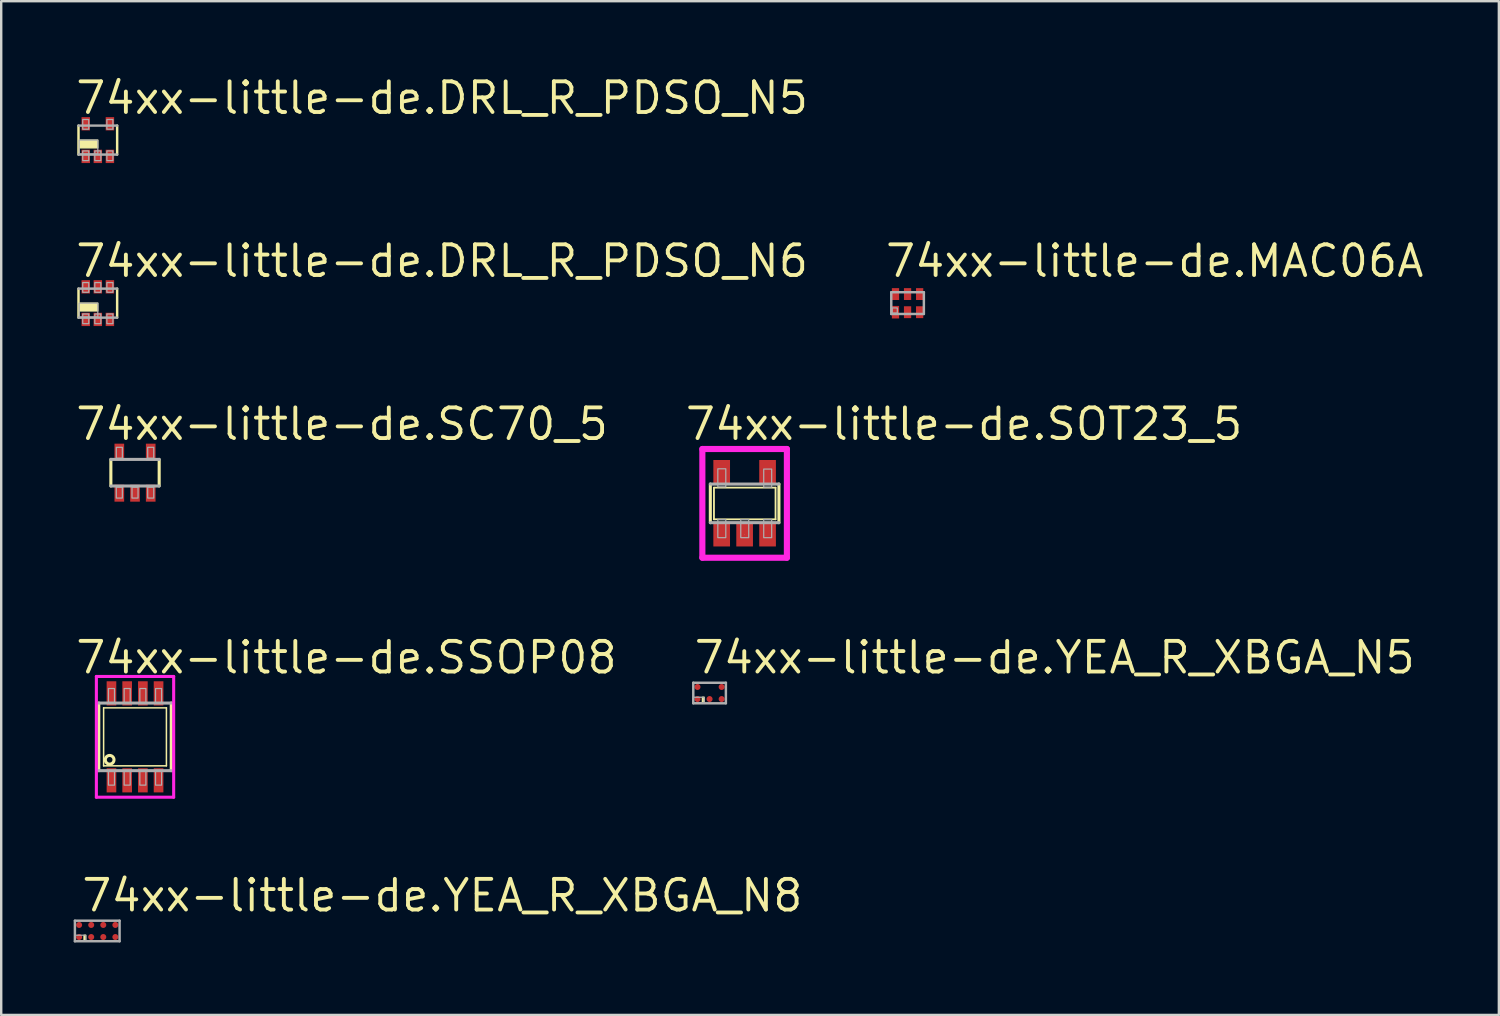
<source format=kicad_pcb>
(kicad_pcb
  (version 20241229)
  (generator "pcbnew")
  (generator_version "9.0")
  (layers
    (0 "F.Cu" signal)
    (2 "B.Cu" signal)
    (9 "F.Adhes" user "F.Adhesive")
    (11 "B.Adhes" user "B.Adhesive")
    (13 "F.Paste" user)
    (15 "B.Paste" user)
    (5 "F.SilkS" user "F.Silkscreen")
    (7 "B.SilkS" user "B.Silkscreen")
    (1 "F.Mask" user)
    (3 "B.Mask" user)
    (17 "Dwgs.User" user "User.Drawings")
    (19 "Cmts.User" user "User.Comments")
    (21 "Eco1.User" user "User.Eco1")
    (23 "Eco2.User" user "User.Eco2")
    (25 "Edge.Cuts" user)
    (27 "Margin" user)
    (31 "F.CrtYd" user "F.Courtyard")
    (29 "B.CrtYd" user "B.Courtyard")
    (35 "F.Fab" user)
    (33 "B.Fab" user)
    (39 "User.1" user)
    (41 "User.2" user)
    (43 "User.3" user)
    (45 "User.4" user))
  (footprint "74xx-little-de.YEA_R_XBGA_N5"
    (layer "F.Cu")
    (at 26.328 25.642)
    (property "Reference" "74xx-little-de.YEA_R_XBGA_N5" (at -0.725 -0.725 0) (layer "F.SilkS") (effects (font (size 1.27 1.27) (thickness 0.16)) (justify left bottom)))
    (attr smd)
    (fp_circle (center -0.5 -0.25) (end -0.325 -0.25) (stroke (width 0.1) (type default)) (fill no) (layer "F.Mask"))
    (fp_circle (center -0.5 0.25) (end -0.325 0.25) (stroke (width 0.1) (type default)) (fill no) (layer "F.Mask"))
    (fp_circle (center 0 0.25) (end 0.175 0.25) (stroke (width 0.1) (type default)) (fill no) (layer "F.Mask"))
    (fp_circle (center 0.5 -0.25) (end 0.675 -0.25) (stroke (width 0.1) (type default)) (fill no) (layer "F.Mask"))
    (fp_circle (center 0.5 0.25) (end 0.675 0.25) (stroke (width 0.1) (type default)) (fill no) (layer "F.Mask"))
    (fp_rect (start -0.3 0.375) (end -0.225 0.175) (stroke (width 0.05) (type default)) (fill yes) (layer "F.SilkS"))
    (fp_line (start -0.675 -0.425) (end 0.675 -0.425) (stroke (width 0.102) (type default)) (layer "F.Fab"))
    (fp_line (start -0.675 0.425) (end -0.675 -0.425) (stroke (width 0.102) (type default)) (layer "F.Fab"))
    (fp_line (start 0.675 -0.425) (end 0.675 0.425) (stroke (width 0.102) (type default)) (layer "F.Fab"))
    (fp_line (start 0.675 0.425) (end -0.675 0.425) (stroke (width 0.102) (type default)) (layer "F.Fab"))
    (fp_rect (start -0.675 0.4) (end -0.225 0.175) (stroke (width 0.05) (type default)) (fill no) (layer "F.Fab"))
    (pad "A1" smd roundrect (at -0.5 0.25) (size 0.25 0.25) (layers "F.Cu" "F.Mask" "F.Paste") (roundrect_rratio 0.5))
    (pad "A2" smd roundrect (at -0.5 -0.25) (size 0.25 0.25) (layers "F.Cu" "F.Mask" "F.Paste") (roundrect_rratio 0.5))
    (pad "B1" smd roundrect (at 0 0.25) (size 0.25 0.25) (layers "F.Cu" "F.Mask" "F.Paste") (roundrect_rratio 0.5))
    (pad "C1" smd roundrect (at 0.5 0.25) (size 0.25 0.25) (layers "F.Cu" "F.Mask" "F.Paste") (roundrect_rratio 0.5))
    (pad "C2" smd roundrect (at 0.5 -0.25) (size 0.25 0.25) (layers "F.Cu" "F.Mask" "F.Paste") (roundrect_rratio 0.5)))
  (footprint "74xx-little-de.MAC06A"
    (layer "F.Cu")
    (at 34.525 9.5)
    (property "Reference" "74xx-little-de.MAC06A" (at -1 -1 0) (layer "F.SilkS") (effects (font (size 1.27 1.27) (thickness 0.16)) (justify left bottom)))
    (attr smd)
    (fp_rect (start -0.675 -0.087) (end -0.325 -0.662) (stroke (width 0.05) (type default)) (fill yes) (layer "F.Mask"))
    (fp_rect (start -0.675 0.662) (end -0.325 0.087) (stroke (width 0.05) (type default)) (fill yes) (layer "F.Mask"))
    (fp_rect (start -0.175 -0.087) (end 0.175 -0.662) (stroke (width 0.05) (type default)) (fill yes) (layer "F.Mask"))
    (fp_rect (start -0.175 0.662) (end 0.175 0.087) (stroke (width 0.05) (type default)) (fill yes) (layer "F.Mask"))
    (fp_rect (start 0.325 -0.087) (end 0.675 -0.662) (stroke (width 0.05) (type default)) (fill yes) (layer "F.Mask"))
    (fp_rect (start 0.325 0.662) (end 0.675 0.087) (stroke (width 0.05) (type default)) (fill yes) (layer "F.Mask"))
    (fp_line (start -0.675 -0.45) (end 0.675 -0.45) (stroke (width 0.102) (type default)) (layer "F.Fab"))
    (fp_line (start -0.675 0.45) (end -0.675 -0.45) (stroke (width 0.102) (type default)) (layer "F.Fab"))
    (fp_line (start 0.675 -0.45) (end 0.675 0.45) (stroke (width 0.102) (type default)) (layer "F.Fab"))
    (fp_line (start 0.675 0.45) (end -0.675 0.45) (stroke (width 0.102) (type default)) (layer "F.Fab"))
    (fp_rect (start -0.637 0.412) (end -0.425 0.2) (stroke (width 0.05) (type default)) (fill no) (layer "F.Fab"))
    (pad "1" smd roundrect (at -0.5 0.375) (size 0.3 0.52) (layers "F.Cu" "F.Mask" "F.Paste") (roundrect_rratio 0.01))
    (pad "2" smd roundrect (at 0 0.375) (size 0.3 0.49) (layers "F.Cu" "F.Mask" "F.Paste") (roundrect_rratio 0.01))
    (pad "3" smd roundrect (at 0.5 0.375) (size 0.3 0.49) (layers "F.Cu" "F.Mask" "F.Paste") (roundrect_rratio 0.01))
    (pad "4" smd roundrect (at 0.5 -0.375 180) (size 0.3 0.49) (layers "F.Cu" "F.Mask" "F.Paste") (roundrect_rratio 0.01))
    (pad "5" smd roundrect (at 0 -0.375 180) (size 0.3 0.49) (layers "F.Cu" "F.Mask" "F.Paste") (roundrect_rratio 0.01))
    (pad "6" smd roundrect (at -0.5 -0.375 180) (size 0.3 0.49) (layers "F.Cu" "F.Mask" "F.Paste") (roundrect_rratio 0.01)))
  (footprint "74xx-little-de.DRL_R_PDSO_N6"
    (layer "F.Cu")
    (at 1 9.5)
    (property "Reference" "74xx-little-de.DRL_R_PDSO_N6" (at -1 -1 0) (layer "F.SilkS") (effects (font (size 1.27 1.27) (thickness 0.16)) (justify left bottom)))
    (attr smd)
    (fp_rect (start -0.7 -0.375) (end -0.3 -0.975) (stroke (width 0.05) (type default)) (fill yes) (layer "F.Mask"))
    (fp_rect (start -0.7 0.975) (end -0.3 0.375) (stroke (width 0.05) (type default)) (fill yes) (layer "F.Mask"))
    (fp_rect (start -0.2 -0.375) (end 0.2 -0.975) (stroke (width 0.05) (type default)) (fill yes) (layer "F.Mask"))
    (fp_rect (start -0.2 0.975) (end 0.2 0.375) (stroke (width 0.05) (type default)) (fill yes) (layer "F.Mask"))
    (fp_rect (start 0.3 -0.375) (end 0.7 -0.975) (stroke (width 0.05) (type default)) (fill yes) (layer "F.Mask"))
    (fp_rect (start 0.3 0.975) (end 0.7 0.375) (stroke (width 0.05) (type default)) (fill yes) (layer "F.Mask"))
    (fp_line (start -0.8 0.6) (end -0.8 -0.6) (stroke (width 0.102) (type default)) (layer "F.SilkS"))
    (fp_line (start 0.8 -0.6) (end 0.8 0.6) (stroke (width 0.102) (type default)) (layer "F.SilkS"))
    (fp_rect (start -0.75 0.325) (end 0 0) (stroke (width 0.05) (type default)) (fill yes) (layer "F.SilkS"))
    (fp_line (start -0.8 -0.6) (end 0.8 -0.6) (stroke (width 0.102) (type default)) (layer "F.Fab"))
    (fp_line (start 0.8 0.6) (end -0.8 0.6) (stroke (width 0.102) (type default)) (layer "F.Fab"))
    (fp_rect (start -0.775 0.575) (end 0 0) (stroke (width 0.05) (type default)) (fill no) (layer "F.Fab"))
    (fp_rect (start -0.625 -0.45) (end -0.375 -0.85) (stroke (width 0.05) (type default)) (fill no) (layer "F.Fab"))
    (fp_rect (start -0.625 0.85) (end -0.375 0.45) (stroke (width 0.05) (type default)) (fill no) (layer "F.Fab"))
    (fp_rect (start -0.125 -0.45) (end 0.125 -0.85) (stroke (width 0.05) (type default)) (fill no) (layer "F.Fab"))
    (fp_rect (start -0.125 0.85) (end 0.125 0.45) (stroke (width 0.05) (type default)) (fill no) (layer "F.Fab"))
    (fp_rect (start 0.375 -0.45) (end 0.625 -0.85) (stroke (width 0.05) (type default)) (fill no) (layer "F.Fab"))
    (fp_rect (start 0.375 0.85) (end 0.625 0.45) (stroke (width 0.05) (type default)) (fill no) (layer "F.Fab"))
    (pad "1" smd roundrect (at -0.5 0.675) (size 0.35 0.55) (layers "F.Cu" "F.Mask" "F.Paste") (roundrect_rratio 0.01))
    (pad "2" smd roundrect (at 0 0.675) (size 0.35 0.55) (layers "F.Cu" "F.Mask" "F.Paste") (roundrect_rratio 0.01))
    (pad "3" smd roundrect (at 0.5 0.675) (size 0.35 0.55) (layers "F.Cu" "F.Mask" "F.Paste") (roundrect_rratio 0.01))
    (pad "4" smd roundrect (at 0.5 -0.675 180) (size 0.35 0.55) (layers "F.Cu" "F.Mask" "F.Paste") (roundrect_rratio 0.01))
    (pad "5" smd roundrect (at 0 -0.675 180) (size 0.35 0.55) (layers "F.Cu" "F.Mask" "F.Paste") (roundrect_rratio 0.01))
    (pad "6" smd roundrect (at -0.5 -0.675 180) (size 0.35 0.55) (layers "F.Cu" "F.Mask" "F.Paste") (roundrect_rratio 0.01)))
  (footprint "74xx-little-de.YEA_R_XBGA_N8"
    (layer "F.Cu")
    (at 0.976 35.495)
    (property "Reference" "74xx-little-de.YEA_R_XBGA_N8" (at -0.725 -0.725 0) (layer "F.SilkS") (effects (font (size 1.27 1.27) (thickness 0.16)) (justify left bottom)))
    (attr smd)
    (fp_circle (center -0.75 -0.25) (end -0.575 -0.25) (stroke (width 0.1) (type default)) (fill no) (layer "F.Mask"))
    (fp_circle (center -0.75 0.25) (end -0.575 0.25) (stroke (width 0.1) (type default)) (fill no) (layer "F.Mask"))
    (fp_circle (center -0.25 -0.25) (end -0.075 -0.25) (stroke (width 0.1) (type default)) (fill no) (layer "F.Mask"))
    (fp_circle (center -0.25 0.25) (end -0.075 0.25) (stroke (width 0.1) (type default)) (fill no) (layer "F.Mask"))
    (fp_circle (center 0.25 -0.25) (end 0.425 -0.25) (stroke (width 0.1) (type default)) (fill no) (layer "F.Mask"))
    (fp_circle (center 0.25 0.25) (end 0.425 0.25) (stroke (width 0.1) (type default)) (fill no) (layer "F.Mask"))
    (fp_circle (center 0.75 -0.25) (end 0.925 -0.25) (stroke (width 0.1) (type default)) (fill no) (layer "F.Mask"))
    (fp_circle (center 0.75 0.25) (end 0.925 0.25) (stroke (width 0.1) (type default)) (fill no) (layer "F.Mask"))
    (fp_rect (start -0.55 0.375) (end -0.475 0.175) (stroke (width 0.05) (type default)) (fill yes) (layer "F.SilkS"))
    (fp_line (start -0.925 -0.425) (end 0.925 -0.425) (stroke (width 0.102) (type default)) (layer "F.Fab"))
    (fp_line (start -0.925 0.425) (end -0.925 -0.425) (stroke (width 0.102) (type default)) (layer "F.Fab"))
    (fp_line (start 0.925 -0.425) (end 0.925 0.425) (stroke (width 0.102) (type default)) (layer "F.Fab"))
    (fp_line (start 0.925 0.425) (end -0.925 0.425) (stroke (width 0.102) (type default)) (layer "F.Fab"))
    (fp_rect (start -0.925 0.4) (end -0.475 0.175) (stroke (width 0.05) (type default)) (fill no) (layer "F.Fab"))
    (pad "A1" smd roundrect (at -0.75 0.25) (size 0.25 0.25) (layers "F.Cu" "F.Mask" "F.Paste") (roundrect_rratio 0.5))
    (pad "A2" smd roundrect (at -0.75 -0.25) (size 0.25 0.25) (layers "F.Cu" "F.Mask" "F.Paste") (roundrect_rratio 0.5))
    (pad "B1" smd roundrect (at -0.25 0.25) (size 0.25 0.25) (layers "F.Cu" "F.Mask" "F.Paste") (roundrect_rratio 0.5))
    (pad "B2" smd roundrect (at -0.25 -0.25) (size 0.25 0.25) (layers "F.Cu" "F.Mask" "F.Paste") (roundrect_rratio 0.5))
    (pad "C1" smd roundrect (at 0.25 0.25) (size 0.25 0.25) (layers "F.Cu" "F.Mask" "F.Paste") (roundrect_rratio 0.5))
    (pad "C2" smd roundrect (at 0.25 -0.25) (size 0.25 0.25) (layers "F.Cu" "F.Mask" "F.Paste") (roundrect_rratio 0.5))
    (pad "D1" smd roundrect (at 0.75 0.25) (size 0.25 0.25) (layers "F.Cu" "F.Mask" "F.Paste") (roundrect_rratio 0.5))
    (pad "D2" smd roundrect (at 0.75 -0.25) (size 0.25 0.25) (layers "F.Cu" "F.Mask" "F.Paste") (roundrect_rratio 0.5)))
  (footprint "74xx-little-de.DRL_R_PDSO_N5"
    (layer "F.Cu")
    (at 1 2.75)
    (property "Reference" "74xx-little-de.DRL_R_PDSO_N5" (at -1 -1 0) (layer "F.SilkS") (effects (font (size 1.27 1.27) (thickness 0.16)) (justify left bottom)))
    (attr smd)
    (fp_rect (start -0.7 -0.375) (end -0.3 -0.975) (stroke (width 0.05) (type default)) (fill yes) (layer "F.Mask"))
    (fp_rect (start -0.7 0.975) (end -0.3 0.375) (stroke (width 0.05) (type default)) (fill yes) (layer "F.Mask"))
    (fp_rect (start -0.2 0.975) (end 0.2 0.375) (stroke (width 0.05) (type default)) (fill yes) (layer "F.Mask"))
    (fp_rect (start 0.3 -0.375) (end 0.7 -0.975) (stroke (width 0.05) (type default)) (fill yes) (layer "F.Mask"))
    (fp_rect (start 0.3 0.975) (end 0.7 0.375) (stroke (width 0.05) (type default)) (fill yes) (layer "F.Mask"))
    (fp_line (start -0.8 0.6) (end -0.8 -0.6) (stroke (width 0.102) (type default)) (layer "F.SilkS"))
    (fp_line (start 0.8 -0.6) (end 0.8 0.6) (stroke (width 0.102) (type default)) (layer "F.SilkS"))
    (fp_rect (start -0.75 0.325) (end 0 0) (stroke (width 0.05) (type default)) (fill yes) (layer "F.SilkS"))
    (fp_line (start -0.8 -0.6) (end 0.8 -0.6) (stroke (width 0.102) (type default)) (layer "F.Fab"))
    (fp_line (start 0.8 0.6) (end -0.8 0.6) (stroke (width 0.102) (type default)) (layer "F.Fab"))
    (fp_rect (start -0.775 0.575) (end 0 0) (stroke (width 0.05) (type default)) (fill no) (layer "F.Fab"))
    (fp_rect (start -0.625 -0.45) (end -0.375 -0.85) (stroke (width 0.05) (type default)) (fill no) (layer "F.Fab"))
    (fp_rect (start -0.625 0.85) (end -0.375 0.45) (stroke (width 0.05) (type default)) (fill no) (layer "F.Fab"))
    (fp_rect (start -0.125 0.85) (end 0.125 0.45) (stroke (width 0.05) (type default)) (fill no) (layer "F.Fab"))
    (fp_rect (start 0.375 -0.45) (end 0.625 -0.85) (stroke (width 0.05) (type default)) (fill no) (layer "F.Fab"))
    (fp_rect (start 0.375 0.85) (end 0.625 0.45) (stroke (width 0.05) (type default)) (fill no) (layer "F.Fab"))
    (pad "1" smd roundrect (at -0.5 0.675) (size 0.35 0.55) (layers "F.Cu" "F.Mask" "F.Paste") (roundrect_rratio 0.01))
    (pad "2" smd roundrect (at 0 0.675) (size 0.35 0.55) (layers "F.Cu" "F.Mask" "F.Paste") (roundrect_rratio 0.01))
    (pad "3" smd roundrect (at 0.5 0.675) (size 0.35 0.55) (layers "F.Cu" "F.Mask" "F.Paste") (roundrect_rratio 0.01))
    (pad "4" smd roundrect (at 0.5 -0.675 180) (size 0.35 0.55) (layers "F.Cu" "F.Mask" "F.Paste") (roundrect_rratio 0.01))
    (pad "5" smd roundrect (at -0.5 -0.675 180) (size 0.35 0.55) (layers "F.Cu" "F.Mask" "F.Paste") (roundrect_rratio 0.01)))
  (footprint "74xx-little-de.SC70_5"
    (layer "F.Cu")
    (at 2.54 16.52)
    (property "Reference" "74xx-little-de.SC70_5" (at -2.54 -1.27 0) (layer "F.SilkS") (effects (font (size 1.27 1.27) (thickness 0.16)) (justify left bottom)))
    (attr smd)
    (fp_line (start -1 -0.55) (end -1 0.55) (stroke (width 0.127) (type default)) (layer "F.SilkS"))
    (fp_line (start 1 0.55) (end 1 -0.55) (stroke (width 0.127) (type default)) (layer "F.SilkS"))
    (fp_line (start -1 0.55) (end 1 0.55) (stroke (width 0.127) (type default)) (layer "F.Fab"))
    (fp_line (start 1 -0.55) (end -1 -0.55) (stroke (width 0.127) (type default)) (layer "F.Fab"))
    (fp_rect (start -0.775 -0.6) (end -0.525 -1.05) (stroke (width 0.05) (type default)) (fill no) (layer "F.Fab"))
    (fp_rect (start -0.775 1.05) (end -0.525 0.6) (stroke (width 0.05) (type default)) (fill no) (layer "F.Fab"))
    (fp_rect (start -0.125 1.05) (end 0.125 0.6) (stroke (width 0.05) (type default)) (fill no) (layer "F.Fab"))
    (fp_rect (start 0.525 -0.6) (end 0.775 -1.05) (stroke (width 0.05) (type default)) (fill no) (layer "F.Fab"))
    (fp_rect (start 0.525 1.05) (end 0.775 0.6) (stroke (width 0.05) (type default)) (fill no) (layer "F.Fab"))
    (pad "1" smd roundrect (at -0.65 0.85) (size 0.4 0.7) (layers "F.Cu" "F.Mask" "F.Paste") (roundrect_rratio 0.01))
    (pad "2" smd roundrect (at 0 0.85) (size 0.4 0.7) (layers "F.Cu" "F.Mask" "F.Paste") (roundrect_rratio 0.01))
    (pad "3" smd roundrect (at 0.65 0.85) (size 0.4 0.7) (layers "F.Cu" "F.Mask" "F.Paste") (roundrect_rratio 0.01))
    (pad "4" smd roundrect (at 0.65 -0.85) (size 0.4 0.7) (layers "F.Cu" "F.Mask" "F.Paste") (roundrect_rratio 0.01))
    (pad "5" smd roundrect (at -0.65 -0.85) (size 0.4 0.7) (layers "F.Cu" "F.Mask" "F.Paste") (roundrect_rratio 0.01)))
  (footprint "74xx-little-de.SOT23_5"
    (layer "F.Cu")
    (at 27.779 17.79)
    (property "Reference" "74xx-little-de.SOT23_5" (at -2.54 -2.54 0) (layer "F.SilkS") (effects (font (size 1.27 1.27) (thickness 0.16)) (justify left bottom)))
    (attr smd)
    (fp_line (start -1.42 0.8) (end -1.42 -0.8) (stroke (width 0.127) (type default)) (layer "F.SilkS"))
    (fp_line (start -1.27 -0.65) (end 1.28 -0.65) (stroke (width 0.075) (type default)) (layer "F.SilkS"))
    (fp_line (start -1.27 0.66) (end -1.27 -0.65) (stroke (width 0.075) (type default)) (layer "F.SilkS"))
    (fp_line (start 0 1.29) (end 0 1.3) (stroke (width 0.01) (type default)) (layer "F.SilkS"))
    (fp_line (start 1.28 -0.65) (end 1.28 0.66) (stroke (width 0.075) (type default)) (layer "F.SilkS"))
    (fp_line (start 1.28 0.66) (end -1.27 0.66) (stroke (width 0.075) (type default)) (layer "F.SilkS"))
    (fp_line (start 1.42 -0.8) (end 1.42 0.8) (stroke (width 0.127) (type default)) (layer "F.SilkS"))
    (fp_line (start -1.75 -2.25) (end 1.75 -2.25) (stroke (width 0.254) (type default)) (layer "F.CrtYd"))
    (fp_line (start -1.75 2.25) (end -1.75 -2.25) (stroke (width 0.254) (type default)) (layer "F.CrtYd"))
    (fp_line (start 1.75 -2.25) (end 1.75 2.25) (stroke (width 0.254) (type default)) (layer "F.CrtYd"))
    (fp_line (start 1.75 2.25) (end -1.75 2.25) (stroke (width 0.254) (type default)) (layer "F.CrtYd"))
    (fp_line (start -1.42 -0.8) (end 1.42 -0.8) (stroke (width 0.127) (type default)) (layer "F.Fab"))
    (fp_line (start 1.42 0.8) (end -1.42 0.8) (stroke (width 0.127) (type default)) (layer "F.Fab"))
    (fp_rect (start -1.11 -0.68) (end -0.78 -1.43) (stroke (width 0.05) (type default)) (fill no) (layer "F.Fab"))
    (fp_rect (start -1.11 1.42) (end -0.78 0.67) (stroke (width 0.05) (type default)) (fill no) (layer "F.Fab"))
    (fp_rect (start -0.16 1.42) (end 0.17 0.67) (stroke (width 0.05) (type default)) (fill no) (layer "F.Fab"))
    (fp_rect (start 0.79 -0.67) (end 1.12 -1.42) (stroke (width 0.05) (type default)) (fill no) (layer "F.Fab"))
    (fp_rect (start 0.79 1.42) (end 1.12 0.67) (stroke (width 0.05) (type default)) (fill no) (layer "F.Fab"))
    (pad "1" smd roundrect (at -0.95 1.29) (size 0.69 0.99) (layers "F.Cu" "F.Mask" "F.Paste") (roundrect_rratio 0.01))
    (pad "2" smd roundrect (at 0 1.29) (size 0.69 0.99) (layers "F.Cu" "F.Mask" "F.Paste") (roundrect_rratio 0.01))
    (pad "3" smd roundrect (at 0.95 1.29) (size 0.69 0.99) (layers "F.Cu" "F.Mask" "F.Paste") (roundrect_rratio 0.01))
    (pad "4" smd roundrect (at 0.95 -1.3) (size 0.69 0.99) (layers "F.Cu" "F.Mask" "F.Paste") (roundrect_rratio 0.01))
    (pad "5" smd roundrect (at -0.95 -1.3) (size 0.69 0.99) (layers "F.Cu" "F.Mask" "F.Paste") (roundrect_rratio 0.01)))
  (footprint "74xx-little-de.SSOP08"
    (layer "F.Cu")
    (at 2.54 27.457)
    (property "Reference" "74xx-little-de.SSOP08" (at -2.54 -2.54 0) (layer "F.SilkS") (effects (font (size 1.27 1.27) (thickness 0.16)) (justify left bottom)))
    (attr smd)
    (fp_line (start -1.5 -1.4) (end -1.5 1.4) (stroke (width 0.127) (type default)) (layer "F.SilkS"))
    (fp_line (start -1.3 -1.2) (end 1.3 -1.2) (stroke (width 0.063) (type default)) (layer "F.SilkS"))
    (fp_line (start -1.3 1.2) (end -1.3 -1.2) (stroke (width 0.063) (type default)) (layer "F.SilkS"))
    (fp_line (start 1.3 -1.2) (end 1.3 1.2) (stroke (width 0.063) (type default)) (layer "F.SilkS"))
    (fp_line (start 1.3 1.2) (end -1.3 1.2) (stroke (width 0.063) (type default)) (layer "F.SilkS"))
    (fp_line (start 1.5 1.4) (end 1.5 -1.4) (stroke (width 0.127) (type default)) (layer "F.SilkS"))
    (fp_circle (center -1.05 0.95) (end -0.87 0.95) (stroke (width 0.127) (type default)) (fill no) (layer "F.SilkS"))
    (fp_line (start -1.6 -2.5) (end 1.6 -2.5) (stroke (width 0.127) (type default)) (layer "F.CrtYd"))
    (fp_line (start -1.6 2.5) (end -1.6 -2.5) (stroke (width 0.127) (type default)) (layer "F.CrtYd"))
    (fp_line (start 1.6 -2.5) (end 1.6 2.5) (stroke (width 0.127) (type default)) (layer "F.CrtYd"))
    (fp_line (start 1.6 2.5) (end -1.6 2.5) (stroke (width 0.127) (type default)) (layer "F.CrtYd"))
    (fp_line (start -1.5 1.4) (end 1.5 1.4) (stroke (width 0.127) (type default)) (layer "F.Fab"))
    (fp_line (start 1.5 -1.4) (end -1.5 -1.4) (stroke (width 0.127) (type default)) (layer "F.Fab"))
    (fp_rect (start -1.1 -1.4) (end -0.85 -2) (stroke (width 0.05) (type default)) (fill no) (layer "F.Fab"))
    (fp_rect (start -1.1 2) (end -0.85 1.4) (stroke (width 0.05) (type default)) (fill no) (layer "F.Fab"))
    (fp_rect (start -0.45 -1.4) (end -0.2 -2) (stroke (width 0.05) (type default)) (fill no) (layer "F.Fab"))
    (fp_rect (start -0.45 2) (end -0.2 1.4) (stroke (width 0.05) (type default)) (fill no) (layer "F.Fab"))
    (fp_rect (start 0.2 -1.4) (end 0.45 -2) (stroke (width 0.05) (type default)) (fill no) (layer "F.Fab"))
    (fp_rect (start 0.2 2) (end 0.45 1.4) (stroke (width 0.05) (type default)) (fill no) (layer "F.Fab"))
    (fp_rect (start 0.85 -1.4) (end 1.1 -2) (stroke (width 0.05) (type default)) (fill no) (layer "F.Fab"))
    (fp_rect (start 0.85 2) (end 1.1 1.4) (stroke (width 0.05) (type default)) (fill no) (layer "F.Fab"))
    (pad "1" smd roundrect (at -0.975 1.8) (size 0.4 1) (layers "F.Cu" "F.Mask" "F.Paste") (roundrect_rratio 0.01))
    (pad "2" smd roundrect (at -0.325 1.8) (size 0.4 1) (layers "F.Cu" "F.Mask" "F.Paste") (roundrect_rratio 0.01))
    (pad "3" smd roundrect (at 0.325 1.8) (size 0.4 1) (layers "F.Cu" "F.Mask" "F.Paste") (roundrect_rratio 0.01))
    (pad "4" smd roundrect (at 0.975 1.8) (size 0.4 1) (layers "F.Cu" "F.Mask" "F.Paste") (roundrect_rratio 0.01))
    (pad "5" smd roundrect (at 0.975 -1.8) (size 0.4 1) (layers "F.Cu" "F.Mask" "F.Paste") (roundrect_rratio 0.01))
    (pad "6" smd roundrect (at 0.325 -1.8) (size 0.4 1) (layers "F.Cu" "F.Mask" "F.Paste") (roundrect_rratio 0.01))
    (pad "7" smd roundrect (at -0.325 -1.8) (size 0.4 1) (layers "F.Cu" "F.Mask" "F.Paste") (roundrect_rratio 0.01))
    (pad "8" smd roundrect (at -0.975 -1.8) (size 0.4 1) (layers "F.Cu" "F.Mask" "F.Paste") (roundrect_rratio 0.01)))
  (gr_rect
    (start -3 -3)
    (end 59.006 38.971)
    (stroke (width 0.1) (type default))
    (fill no)
    (layer "Edge.Cuts")))
</source>
